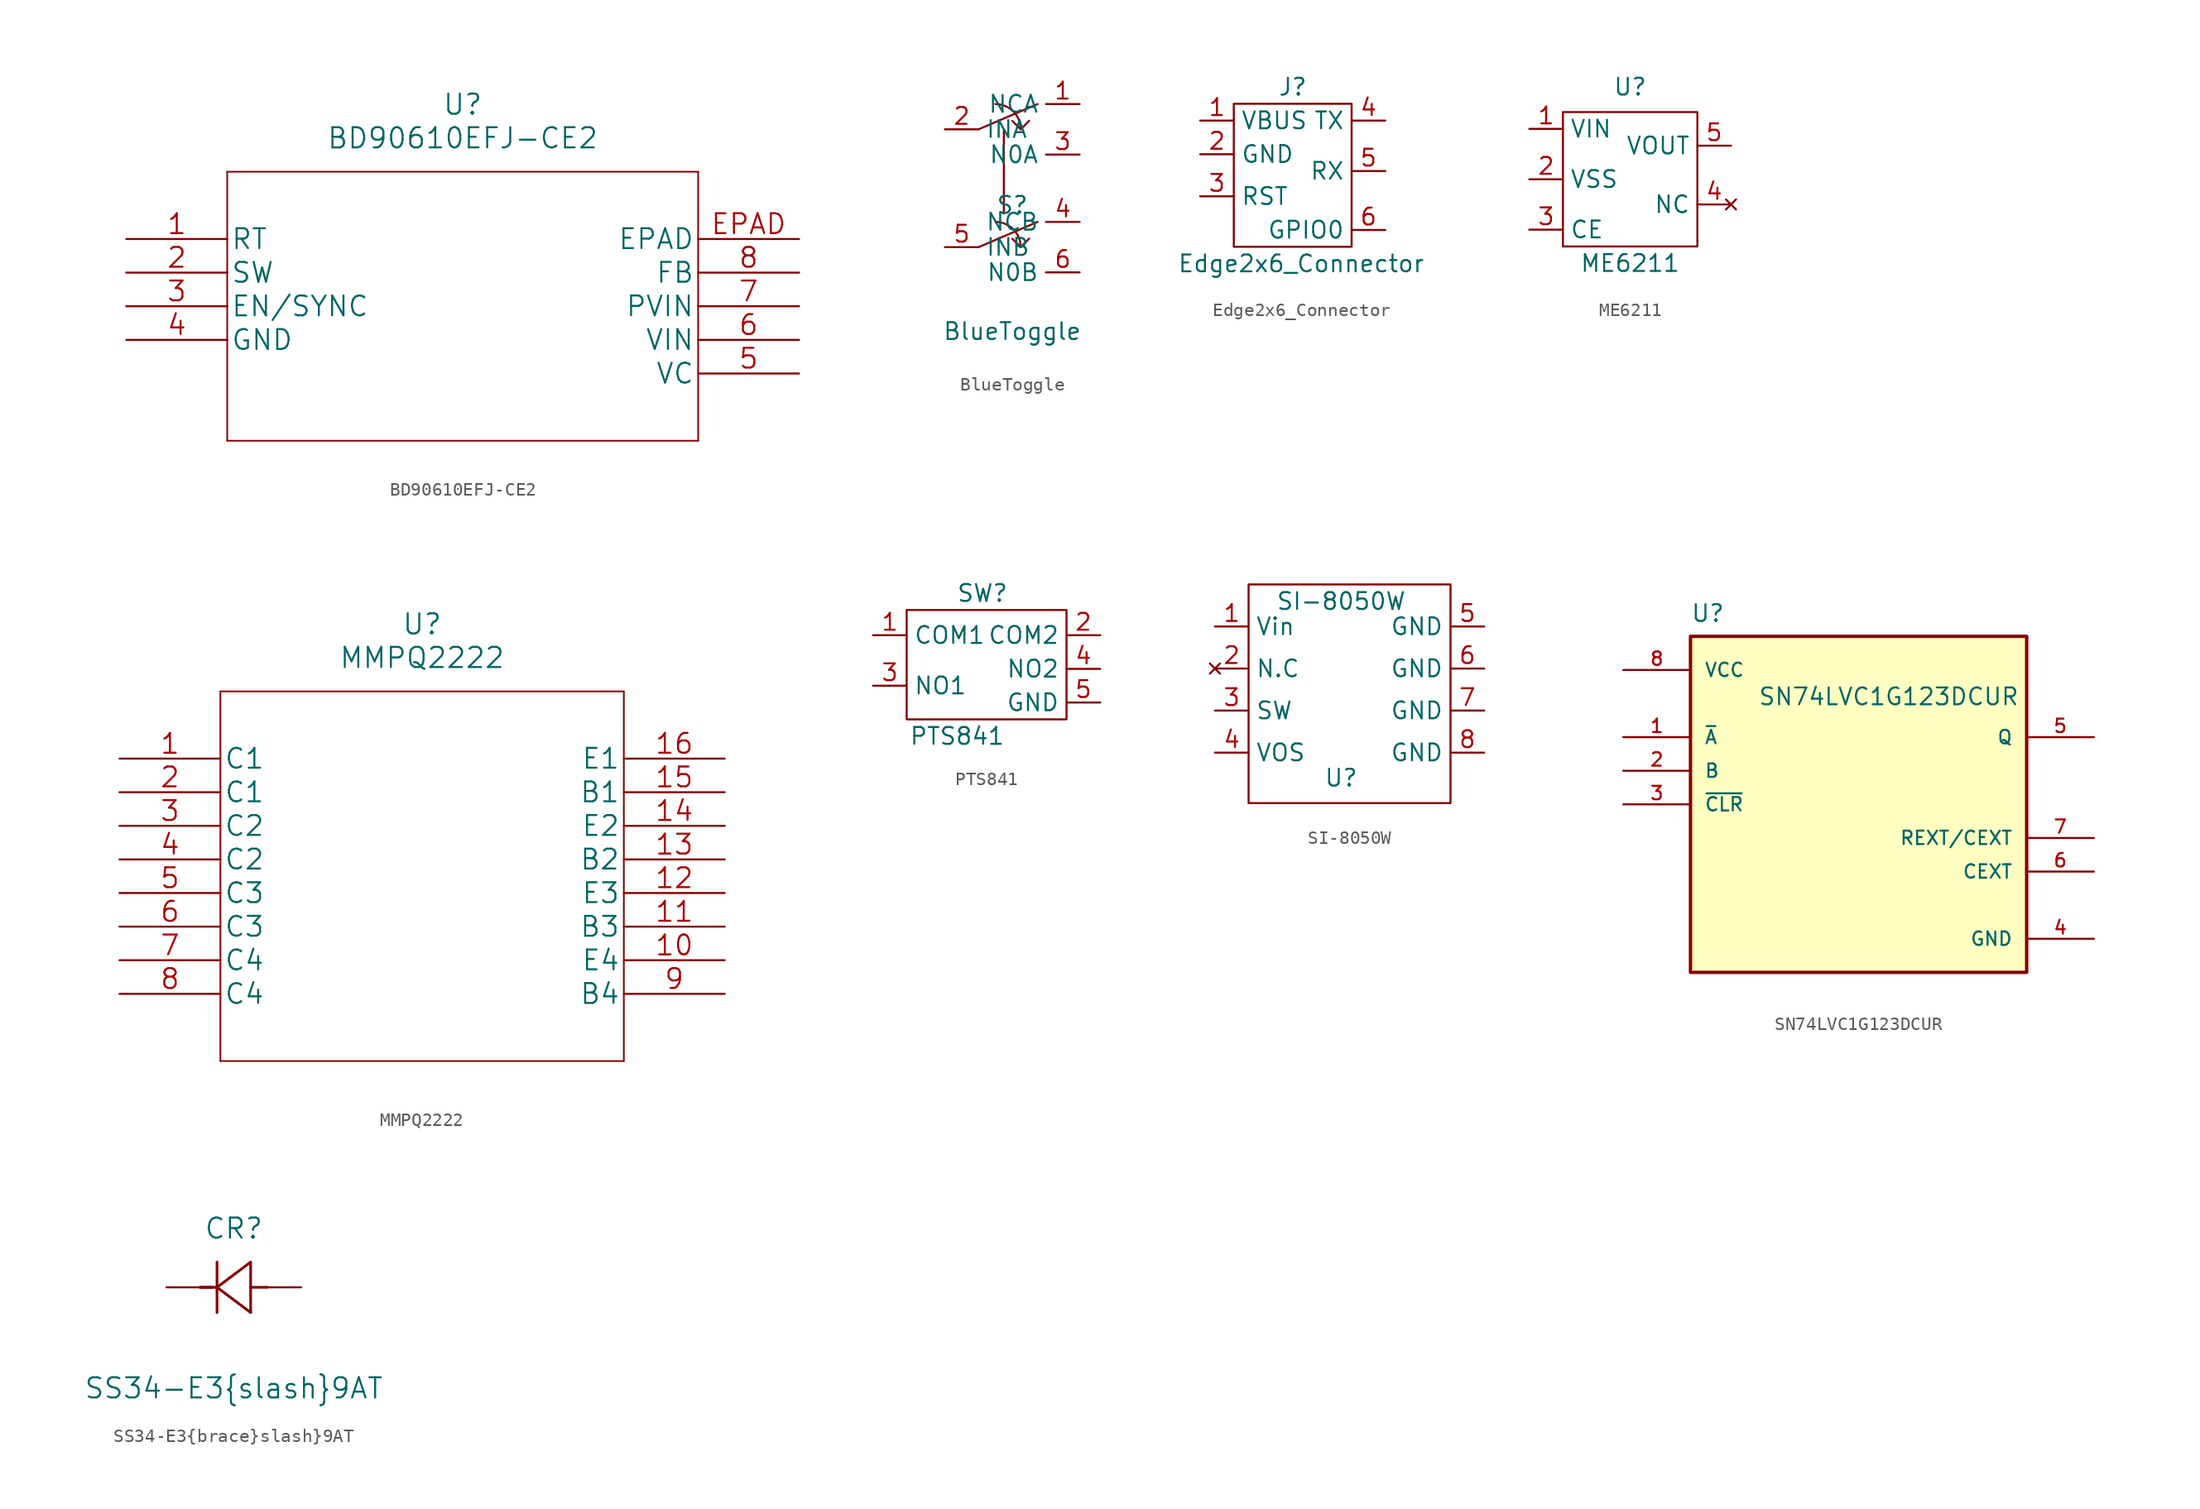
<source format=kicad_sym>
(kicad_symbol_lib
  (version 20220914)
  (generator kicad_symbol_editor)
  (symbol "BD90610EFJ-CE2"
    (pin_names
      (offset 0.254))
    (property "Reference" "U"
      (at 25.4 10.16 0)
      (effects (font (size 1.524 1.524))))
    (property "Value" "BD90610EFJ-CE2"
      (at 25.4 7.62 0)
      (effects (font (size 1.524 1.524))))
    (property "Datasheet" ""
      (at 0 0 0)
      (effects (font (size 1.524 1.524))))
    (property "ki_locked" ""
      (at 0 0 0)
      (effects (font (size 1.27 1.27))))
    (symbol "BD90610EFJ-CE2_1_1"
      (polyline (pts (xy 7.62 -15.24) (xy 43.18 -15.24)) (stroke (width 0.127) (type default)) (fill (type none)))
      (polyline (pts (xy 7.62 5.08) (xy 7.62 -15.24)) (stroke (width 0.127) (type default)) (fill (type none)))
      (polyline (pts (xy 43.18 -15.24) (xy 43.18 5.08)) (stroke (width 0.127) (type default)) (fill (type none)))
      (polyline (pts (xy 43.18 5.08) (xy 7.62 5.08)) (stroke (width 0.127) (type default)) (fill (type none)))
      (pin power_in line (at 0 0 0) (length 7.62) (name "RT" (effects (font (size 1.499 1.499)))) (number "1" (effects (font (size 1.499 1.499)))))
      (pin power_out line (at 0 -2.54 0) (length 7.62) (name "SW" (effects (font (size 1.499 1.499)))) (number "2" (effects (font (size 1.499 1.499)))))
      (pin unspecified line (at 0 -5.08 0) (length 7.62) (name "EN/SYNC" (effects (font (size 1.499 1.499)))) (number "3" (effects (font (size 1.499 1.499)))))
      (pin power_in line (at 0 -7.62 0) (length 7.62) (name "GND" (effects (font (size 1.499 1.499)))) (number "4" (effects (font (size 1.499 1.499)))))
      (pin unspecified line (at 50.8 -10.16 180) (length 7.62) (name "VC" (effects (font (size 1.499 1.499)))) (number "5" (effects (font (size 1.499 1.499)))))
      (pin power_in line (at 50.8 -7.62 180) (length 7.62) (name "VIN" (effects (font (size 1.499 1.499)))) (number "6" (effects (font (size 1.499 1.499)))))
      (pin power_in line (at 50.8 -5.08 180) (length 7.62) (name "PVIN" (effects (font (size 1.499 1.499)))) (number "7" (effects (font (size 1.499 1.499)))))
      (pin input line (at 50.8 -2.54 180) (length 7.62) (name "FB" (effects (font (size 1.499 1.499)))) (number "8" (effects (font (size 1.499 1.499)))))
      (pin unspecified line (at 50.8 0 180) (length 7.62) (name "EPAD" (effects (font (size 1.499 1.499)))) (number "EPAD" (effects (font (size 1.499 1.499)))))))
  (symbol "BlueToggle"
    (property "Reference" "S"
      (at 0 0 0)
      (effects (font (size 1.27 1.27))))
    (property "Value" "BlueToggle"
      (at 0 -9.525 0)
      (effects (font (size 1.27 1.27))))
    (symbol "BlueToggle_0_1"
      (polyline (pts (xy -2.54 -3.175) (xy 1.905 -1.27)) (stroke (width 0) (type default)) (fill (type none)))
      (polyline (pts (xy -2.54 5.715) (xy 1.905 7.62)) (stroke (width 0) (type default)) (fill (type none)))
      (polyline (pts (xy -0.635 5.715) (xy -0.635 -0.635)) (stroke (width 0) (type default)) (fill (type none)))
      (polyline (pts (xy 0 -2.54) (xy 0.635 -3.175) (xy 1.27 -2.54)) (stroke (width 0) (type default)) (fill (type none)))
      (polyline (pts (xy 0 6.35) (xy 0.635 5.715) (xy 1.27 6.35)) (stroke (width 0) (type default)) (fill (type none)))
      (arc (start 0.635 -3.175) (mid 0.077 -1.828) (end -1.27 -1.27) (stroke (width 0) (type default)) (fill (type none)))
      (arc (start 0.635 5.715) (mid 0.077 7.062) (end -1.27 7.62) (stroke (width 0) (type default)) (fill (type none))))
    (symbol "BlueToggle_1_1"
      (pin output line (at 5.08 7.62 180) (length 2.54) (name "NCA" (effects (font (size 1.27 1.27)))) (number "1" (effects (font (size 1.27 1.27)))))
      (pin input line (at -5.08 5.715 0) (length 2.54) (name "INA" (effects (font (size 1.27 1.27)))) (number "2" (effects (font (size 1.27 1.27)))))
      (pin output line (at 5.08 3.81 180) (length 2.54) (name "N0A" (effects (font (size 1.27 1.27)))) (number "3" (effects (font (size 1.27 1.27)))))
      (pin output line (at 5.08 -1.27 180) (length 2.54) (name "NCB" (effects (font (size 1.27 1.27)))) (number "4" (effects (font (size 1.27 1.27)))))
      (pin input line (at -5.08 -3.175 0) (length 2.54) (name "INB" (effects (font (size 1.27 1.27)))) (number "5" (effects (font (size 1.27 1.27)))))
      (pin output line (at 5.08 -5.08 180) (length 2.54) (name "N0B" (effects (font (size 1.27 1.27)))) (number "6" (effects (font (size 1.27 1.27)))))))
  (symbol "Edge2x6_Connector"
    (property "Reference" "J"
      (at 0 6.35 0)
      (effects (font (size 1.27 1.27))))
    (property "Value" "Edge2x6_Connector"
      (at 0.635 -6.985 0)
      (effects (font (size 1.27 1.27))))
    (symbol "Edge2x6_Connector_0_1"
      (rectangle (start -4.445 5.08) (end 4.445 -5.715) (stroke (width 0) (type default)) (fill (type none))))
    (symbol "Edge2x6_Connector_1_1"
      (pin power_out line (at -6.985 3.81 0) (length 2.54) (name "VBUS" (effects (font (size 1.27 1.27)))) (number "1" (effects (font (size 1.27 1.27)))))
      (pin power_out line (at -6.985 1.27 0) (length 2.54) (name "GND" (effects (font (size 1.27 1.27)))) (number "2" (effects (font (size 1.27 1.27)))))
      (pin output line (at -6.985 -1.905 0) (length 2.54) (name "RST" (effects (font (size 1.27 1.27)))) (number "3" (effects (font (size 1.27 1.27)))))
      (pin output line (at 6.985 3.81 180) (length 2.54) (name "TX" (effects (font (size 1.27 1.27)))) (number "4" (effects (font (size 1.27 1.27)))))
      (pin input line (at 6.985 0 180) (length 2.54) (name "RX" (effects (font (size 1.27 1.27)))) (number "5" (effects (font (size 1.27 1.27)))))
      (pin output line (at 6.985 -4.445 180) (length 2.54) (name "GPIO0" (effects (font (size 1.27 1.27)))) (number "6" (effects (font (size 1.27 1.27)))))))
  (symbol "ME6211"
    (property "Reference" "U"
      (at 0 0 0)
      (effects (font (size 1.27 1.27))))
    (property "Value" "ME6211"
      (at 0 -13.335 0)
      (effects (font (size 1.27 1.27))))
    (symbol "ME6211_0_1"
      (rectangle (start -5.08 -1.905) (end 5.08 -12.065) (stroke (width 0) (type default)) (fill (type none))))
    (symbol "ME6211_1_1"
      (pin power_in line (at -7.62 -3.175 0) (length 2.54) (name "VIN" (effects (font (size 1.27 1.27)))) (number "1" (effects (font (size 1.27 1.27)))))
      (pin power_in line (at -7.62 -6.985 0) (length 2.54) (name "VSS" (effects (font (size 1.27 1.27)))) (number "2" (effects (font (size 1.27 1.27)))))
      (pin input line (at -7.62 -10.795 0) (length 2.54) (name "CE" (effects (font (size 1.27 1.27)))) (number "3" (effects (font (size 1.27 1.27)))))
      (pin no_connect line (at 7.62 -8.89 180) (length 2.54) (name "NC" (effects (font (size 1.27 1.27)))) (number "4" (effects (font (size 1.27 1.27)))))
      (pin power_out line (at 7.62 -4.445 180) (length 2.54) (name "VOUT" (effects (font (size 1.27 1.27)))) (number "5" (effects (font (size 1.27 1.27)))))))
  (symbol "MMPQ2222"
    (pin_names
      (offset 0.254))
    (property "Reference" "U"
      (at 22.86 10.16 0)
      (effects (font (size 1.524 1.524))))
    (property "Value" "MMPQ2222"
      (at 22.86 7.62 0)
      (effects (font (size 1.524 1.524))))
    (property "Datasheet" ""
      (at 0 0 0)
      (effects (font (size 1.524 1.524))))
    (symbol "MMPQ2222_1_1"
      (polyline (pts (xy 7.62 -22.86) (xy 38.1 -22.86)) (stroke (width 0.127) (type default)) (fill (type none)))
      (polyline (pts (xy 7.62 5.08) (xy 7.62 -22.86)) (stroke (width 0.127) (type default)) (fill (type none)))
      (polyline (pts (xy 38.1 -22.86) (xy 38.1 5.08)) (stroke (width 0.127) (type default)) (fill (type none)))
      (polyline (pts (xy 38.1 5.08) (xy 7.62 5.08)) (stroke (width 0.127) (type default)) (fill (type none)))
      (pin open_collector line (at 0 0 0) (length 7.62) (name "C1" (effects (font (size 1.499 1.499)))) (number "1" (effects (font (size 1.499 1.499)))))
      (pin open_emitter line (at 45.72 -15.24 180) (length 7.62) (name "E4" (effects (font (size 1.499 1.499)))) (number "10" (effects (font (size 1.499 1.499)))))
      (pin input line (at 45.72 -12.7 180) (length 7.62) (name "B3" (effects (font (size 1.499 1.499)))) (number "11" (effects (font (size 1.499 1.499)))))
      (pin open_emitter line (at 45.72 -10.16 180) (length 7.62) (name "E3" (effects (font (size 1.499 1.499)))) (number "12" (effects (font (size 1.499 1.499)))))
      (pin input line (at 45.72 -7.62 180) (length 7.62) (name "B2" (effects (font (size 1.499 1.499)))) (number "13" (effects (font (size 1.499 1.499)))))
      (pin open_emitter line (at 45.72 -5.08 180) (length 7.62) (name "E2" (effects (font (size 1.499 1.499)))) (number "14" (effects (font (size 1.499 1.499)))))
      (pin input line (at 45.72 -2.54 180) (length 7.62) (name "B1" (effects (font (size 1.499 1.499)))) (number "15" (effects (font (size 1.499 1.499)))))
      (pin open_emitter line (at 45.72 0 180) (length 7.62) (name "E1" (effects (font (size 1.499 1.499)))) (number "16" (effects (font (size 1.499 1.499)))))
      (pin open_collector line (at 0 -2.54 0) (length 7.62) (name "C1" (effects (font (size 1.499 1.499)))) (number "2" (effects (font (size 1.499 1.499)))))
      (pin open_collector line (at 0 -5.08 0) (length 7.62) (name "C2" (effects (font (size 1.499 1.499)))) (number "3" (effects (font (size 1.499 1.499)))))
      (pin open_collector line (at 0 -7.62 0) (length 7.62) (name "C2" (effects (font (size 1.499 1.499)))) (number "4" (effects (font (size 1.499 1.499)))))
      (pin open_collector line (at 0 -10.16 0) (length 7.62) (name "C3" (effects (font (size 1.499 1.499)))) (number "5" (effects (font (size 1.499 1.499)))))
      (pin open_collector line (at 0 -12.7 0) (length 7.62) (name "C3" (effects (font (size 1.499 1.499)))) (number "6" (effects (font (size 1.499 1.499)))))
      (pin open_collector line (at 0 -15.24 0) (length 7.62) (name "C4" (effects (font (size 1.499 1.499)))) (number "7" (effects (font (size 1.499 1.499)))))
      (pin open_collector line (at 0 -17.78 0) (length 7.62) (name "C4" (effects (font (size 1.499 1.499)))) (number "8" (effects (font (size 1.499 1.499)))))
      (pin input line (at 45.72 -17.78 180) (length 7.62) (name "B4" (effects (font (size 1.499 1.499)))) (number "9" (effects (font (size 1.499 1.499)))))))
  (symbol "PTS841"
    (property "Reference" "SW"
      (at 0 5.715 0)
      (effects (font (size 1.27 1.27))))
    (property "Value" "PTS841"
      (at -1.905 -5.08 0)
      (effects (font (size 1.27 1.27))))
    (symbol "PTS841_0_1"
      (rectangle (start -5.715 4.445) (end 6.35 -3.81) (stroke (width 0) (type default)) (fill (type none))))
    (symbol "PTS841_1_1"
      (pin passive line (at -8.255 2.54 0) (length 2.54) (name "COM1" (effects (font (size 1.27 1.27)))) (number "1" (effects (font (size 1.27 1.27)))))
      (pin passive line (at 8.89 2.54 180) (length 2.54) (name "COM2" (effects (font (size 1.27 1.27)))) (number "2" (effects (font (size 1.27 1.27)))))
      (pin passive line (at -8.255 -1.27 0) (length 2.54) (name "NO1" (effects (font (size 1.27 1.27)))) (number "3" (effects (font (size 1.27 1.27)))))
      (pin passive line (at 8.89 0 180) (length 2.54) (name "NO2" (effects (font (size 1.27 1.27)))) (number "4" (effects (font (size 1.27 1.27)))))
      (pin passive line (at 8.89 -2.54 180) (length 2.54) (name "GND" (effects (font (size 1.27 1.27)))) (number "5" (effects (font (size 1.27 1.27)))))))
  (symbol "SI-8050W"
    (property "Reference" "U"
      (at -1.27 -6.985 0)
      (effects (font (size 1.27 1.27))))
    (property "Value" "SI-8050W"
      (at -1.27 6.35 0)
      (effects (font (size 1.27 1.27))))
    (symbol "SI-8050W_0_1"
      (rectangle (start -8.255 7.62) (end 6.985 -8.89) (stroke (width 0) (type default)) (fill (type none))))
    (symbol "SI-8050W_1_1"
      (pin power_in line (at -10.795 4.445 0) (length 2.54) (name "Vin" (effects (font (size 1.27 1.27)))) (number "1" (effects (font (size 1.27 1.27)))))
      (pin no_connect line (at -10.795 1.27 0) (length 2.54) (name "N.C" (effects (font (size 1.27 1.27)))) (number "2" (effects (font (size 1.27 1.27)))))
      (pin output line (at -10.795 -1.905 0) (length 2.54) (name "SW" (effects (font (size 1.27 1.27)))) (number "3" (effects (font (size 1.27 1.27)))))
      (pin power_out line (at -10.795 -5.08 0) (length 2.54) (name "VOS" (effects (font (size 1.27 1.27)))) (number "4" (effects (font (size 1.27 1.27)))))
      (pin input line (at 9.525 4.445 180) (length 2.54) (name "GND" (effects (font (size 1.27 1.27)))) (number "5" (effects (font (size 1.27 1.27)))))
      (pin input line (at 9.525 1.27 180) (length 2.54) (name "GND" (effects (font (size 1.27 1.27)))) (number "6" (effects (font (size 1.27 1.27)))))
      (pin input line (at 9.525 -1.905 180) (length 2.54) (name "GND" (effects (font (size 1.27 1.27)))) (number "7" (effects (font (size 1.27 1.27)))))
      (pin input line (at 9.525 -5.08 180) (length 2.54) (name "GND" (effects (font (size 1.27 1.27)))) (number "8" (effects (font (size 1.27 1.27)))))))
  (symbol "SN74LVC1G123DCUR"
    (pin_names
      (offset 1.016))
    (property "Reference" "U"
      (at -12.7 13.7 0)
      (effects (font (size 1.27 1.27)) (justify left bottom)))
    (property "Value" "SN74LVC1G123DCUR"
      (at -7.62 8.89 0)
      (effects (font (size 1.27 1.27)) (justify left top)))
    (symbol "SN74LVC1G123DCUR_0_0"
      (rectangle (start -12.7 12.7) (end 12.7 -12.7) (stroke (width 0.254) (type default)) (fill (type background)))
      (pin input line (at -17.78 5.08 0) (length 5.08) (name "~{A}" (effects (font (size 1.016 1.016)))) (number "1" (effects (font (size 1.016 1.016)))))
      (pin input line (at -17.78 2.54 0) (length 5.08) (name "B" (effects (font (size 1.016 1.016)))) (number "2" (effects (font (size 1.016 1.016)))))
      (pin input line (at -17.78 0 0) (length 5.08) (name "~{CLR}" (effects (font (size 1.016 1.016)))) (number "3" (effects (font (size 1.016 1.016)))))
      (pin power_in line (at 17.78 -10.16 180) (length 5.08) (name "GND" (effects (font (size 1.016 1.016)))) (number "4" (effects (font (size 1.016 1.016)))))
      (pin output line (at 17.78 5.08 180) (length 5.08) (name "Q" (effects (font (size 1.016 1.016)))) (number "5" (effects (font (size 1.016 1.016)))))
      (pin passive line (at 17.78 -5.08 180) (length 5.08) (name "CEXT" (effects (font (size 1.016 1.016)))) (number "6" (effects (font (size 1.016 1.016)))))
      (pin passive line (at 17.78 -2.54 180) (length 5.08) (name "REXT/CEXT" (effects (font (size 1.016 1.016)))) (number "7" (effects (font (size 1.016 1.016)))))
      (pin power_in line (at -17.78 10.16 0) (length 5.08) (name "VCC" (effects (font (size 1.016 1.016)))) (number "8" (effects (font (size 1.016 1.016)))))))
  (symbol "SS34-E3{brace}slash}9AT"
    (pin_numbers hide)
    (pin_names
      (offset -1.651) hide)
    (property "Reference" "CR"
      (at 5.08 4.445 0)
      (effects (font (size 1.524 1.524))))
    (property "Value" "SS34-E3{brace}slash}9AT"
      (at 5.08 -7.62 0)
      (effects (font (size 1.524 1.524))))
    (property "Datasheet" ""
      (at 0 0 0)
      (effects (font (size 1.524 1.524))))
    (property "ki_locked" ""
      (at 0 0 0)
      (effects (font (size 1.27 1.27))))
    (symbol "SS34-E3{brace}slash}9AT_1_1"
      (polyline (pts (xy 2.54 0) (xy 3.48 0)) (stroke (width 0.203) (type default)) (fill (type none)))
      (polyline (pts (xy 3.81 -1.905) (xy 3.81 1.905)) (stroke (width 0.203) (type default)) (fill (type none)))
      (polyline (pts (xy 3.81 0) (xy 2.54 0)) (stroke (width 0.203) (type default)) (fill (type none)))
      (polyline (pts (xy 3.81 0) (xy 6.35 1.905)) (stroke (width 0.203) (type default)) (fill (type none)))
      (polyline (pts (xy 6.35 -1.905) (xy 3.81 0)) (stroke (width 0.203) (type default)) (fill (type none)))
      (polyline (pts (xy 6.35 1.905) (xy 6.35 -1.905)) (stroke (width 0.203) (type default)) (fill (type none)))
      (polyline (pts (xy 7.62 0) (xy 6.35 0)) (stroke (width 0.203) (type default)) (fill (type none)))
      (pin unspecified line (at 0 0 0) (length 2.54) (name "ANODE" (effects (font (size 1.499 1.499)))) (number "1" (effects (font (size 1.499 1.499)))))
      (pin unspecified line (at 10.16 0 180) (length 2.54) (name "CATHODE" (effects (font (size 1.499 1.499)))) (number "2" (effects (font (size 1.499 1.499))))))))
</source>
